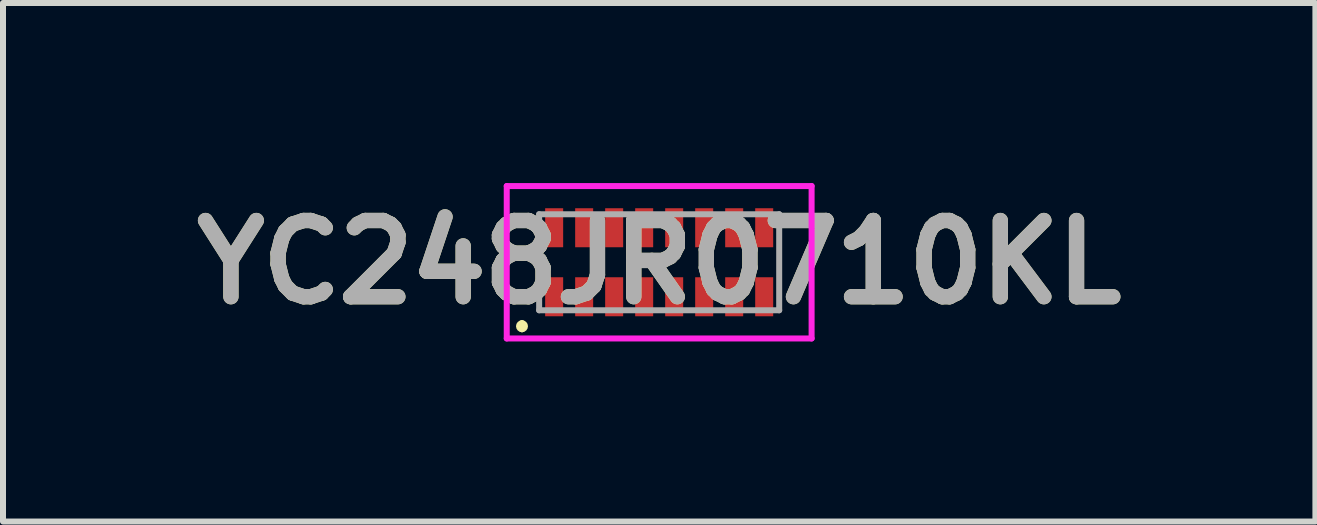
<source format=kicad_pcb>
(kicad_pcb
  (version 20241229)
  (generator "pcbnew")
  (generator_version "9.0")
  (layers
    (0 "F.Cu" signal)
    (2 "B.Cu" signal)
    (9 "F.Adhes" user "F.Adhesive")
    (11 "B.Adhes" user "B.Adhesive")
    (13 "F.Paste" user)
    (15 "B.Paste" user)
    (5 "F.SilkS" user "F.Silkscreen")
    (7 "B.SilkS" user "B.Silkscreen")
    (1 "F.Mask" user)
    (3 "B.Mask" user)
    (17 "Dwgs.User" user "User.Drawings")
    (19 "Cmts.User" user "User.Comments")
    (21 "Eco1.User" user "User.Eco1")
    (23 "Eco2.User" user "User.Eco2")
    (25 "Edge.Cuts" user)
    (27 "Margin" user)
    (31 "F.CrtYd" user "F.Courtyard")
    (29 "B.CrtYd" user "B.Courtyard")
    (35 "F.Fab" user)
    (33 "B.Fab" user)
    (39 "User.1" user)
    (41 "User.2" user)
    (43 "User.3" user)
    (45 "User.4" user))
  (footprint "YC248JR0710KL"
    (layer "F.Cu")
    (at 7.934 1.32)
    (property "Reference" "YC248JR0710KL" (at 0 0 0) (layer "F.SilkS") (effects (font (size 1.27 1.27) (thickness 0.254))))
    (attr smd)
    (fp_line (start -2.286 1.016) (end -2.286 1.016) (stroke (width 0.1) (type solid)) (layer "F.SilkS"))
    (fp_line (start -2.286 1.116) (end -2.286 1.116) (stroke (width 0.1) (type solid)) (layer "F.SilkS"))
    (fp_arc (start -2.286 1.016) (mid -2.236 1.066) (end -2.286 1.116) (stroke (width 0.1) (type solid)) (layer "F.SilkS"))
    (fp_arc (start -2.286 1.116) (mid -2.336 1.066) (end -2.286 1.016) (stroke (width 0.1) (type solid)) (layer "F.SilkS"))
    (fp_line (start -2.54 -1.27) (end 2.54 -1.27) (stroke (width 0.1) (type solid)) (layer "F.CrtYd"))
    (fp_line (start -2.54 1.27) (end -2.54 -1.27) (stroke (width 0.1) (type solid)) (layer "F.CrtYd"))
    (fp_line (start 2.54 -1.27) (end 2.54 1.27) (stroke (width 0.1) (type solid)) (layer "F.CrtYd"))
    (fp_line (start 2.54 1.27) (end -2.54 1.27) (stroke (width 0.1) (type solid)) (layer "F.CrtYd"))
    (fp_line (start -2 -0.8) (end -2 0.8) (stroke (width 0.1) (type solid)) (layer "F.Fab"))
    (fp_line (start -2 0.8) (end 2 0.8) (stroke (width 0.1) (type solid)) (layer "F.Fab"))
    (fp_line (start 2 -0.8) (end -2 -0.8) (stroke (width 0.1) (type solid)) (layer "F.Fab"))
    (fp_line (start 2 0.8) (end 2 -0.8) (stroke (width 0.1) (type solid)) (layer "F.Fab"))
    (fp_text user "${REFERENCE}" (at 0 0 0) (layer "F.Fab") (effects (font (size 1.27 1.27) (thickness 0.254))))
    (pad "1" smd rect (at -1.75 0.575) (size 0.3 0.65) (layers "F.Cu" "F.Mask" "F.Paste"))
    (pad "2" smd rect (at -1.25 0.575) (size 0.3 0.65) (layers "F.Cu" "F.Mask" "F.Paste"))
    (pad "3" smd rect (at -0.75 0.575) (size 0.3 0.65) (layers "F.Cu" "F.Mask" "F.Paste"))
    (pad "4" smd rect (at -0.25 0.575) (size 0.3 0.65) (layers "F.Cu" "F.Mask" "F.Paste"))
    (pad "5" smd rect (at 0.25 0.575) (size 0.3 0.65) (layers "F.Cu" "F.Mask" "F.Paste"))
    (pad "6" smd rect (at 0.75 0.575) (size 0.3 0.65) (layers "F.Cu" "F.Mask" "F.Paste"))
    (pad "7" smd rect (at 1.25 0.575) (size 0.3 0.65) (layers "F.Cu" "F.Mask" "F.Paste"))
    (pad "8" smd rect (at 1.75 0.575) (size 0.3 0.65) (layers "F.Cu" "F.Mask" "F.Paste"))
    (pad "9" smd rect (at 1.75 -0.575) (size 0.3 0.65) (layers "F.Cu" "F.Mask" "F.Paste"))
    (pad "10" smd rect (at 1.25 -0.575) (size 0.3 0.65) (layers "F.Cu" "F.Mask" "F.Paste"))
    (pad "11" smd rect (at 0.75 -0.575) (size 0.3 0.65) (layers "F.Cu" "F.Mask" "F.Paste"))
    (pad "12" smd rect (at 0.25 -0.575) (size 0.3 0.65) (layers "F.Cu" "F.Mask" "F.Paste"))
    (pad "13" smd rect (at -0.25 -0.575) (size 0.3 0.65) (layers "F.Cu" "F.Mask" "F.Paste"))
    (pad "14" smd rect (at -0.75 -0.575) (size 0.3 0.65) (layers "F.Cu" "F.Mask" "F.Paste"))
    (pad "15" smd rect (at -1.25 -0.575) (size 0.3 0.65) (layers "F.Cu" "F.Mask" "F.Paste"))
    (pad "16" smd rect (at -1.75 -0.575) (size 0.3 0.65) (layers "F.Cu" "F.Mask" "F.Paste")))
  (gr_rect
    (start -3 -3)
    (end 18.869 5.64)
    (stroke (width 0.1) (type default))
    (fill no)
    (layer "Edge.Cuts")))
</source>
